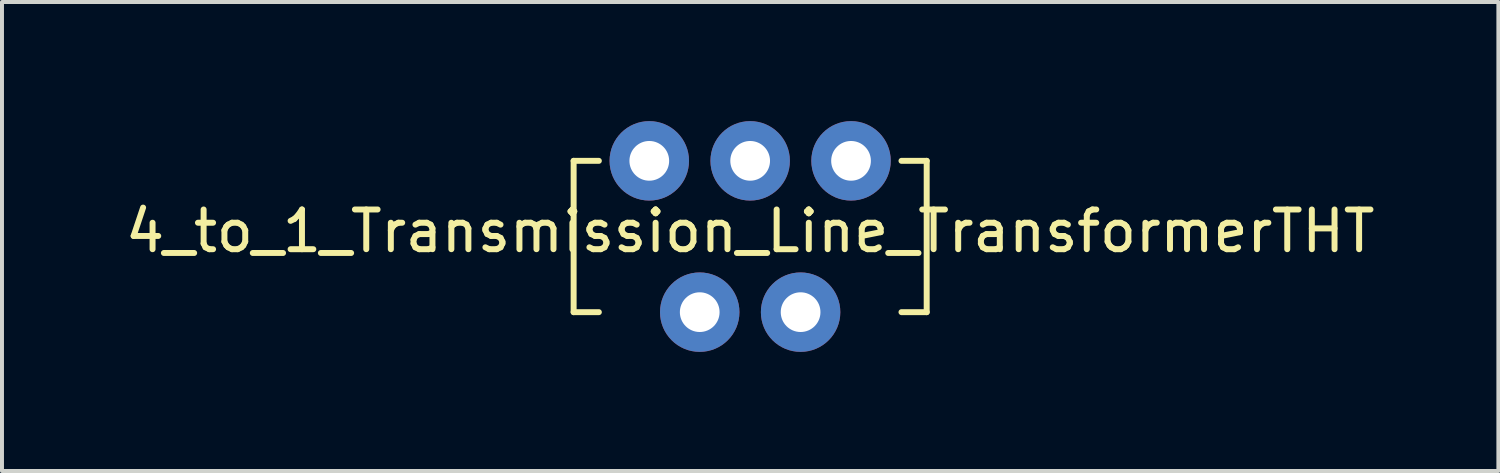
<source format=kicad_pcb>
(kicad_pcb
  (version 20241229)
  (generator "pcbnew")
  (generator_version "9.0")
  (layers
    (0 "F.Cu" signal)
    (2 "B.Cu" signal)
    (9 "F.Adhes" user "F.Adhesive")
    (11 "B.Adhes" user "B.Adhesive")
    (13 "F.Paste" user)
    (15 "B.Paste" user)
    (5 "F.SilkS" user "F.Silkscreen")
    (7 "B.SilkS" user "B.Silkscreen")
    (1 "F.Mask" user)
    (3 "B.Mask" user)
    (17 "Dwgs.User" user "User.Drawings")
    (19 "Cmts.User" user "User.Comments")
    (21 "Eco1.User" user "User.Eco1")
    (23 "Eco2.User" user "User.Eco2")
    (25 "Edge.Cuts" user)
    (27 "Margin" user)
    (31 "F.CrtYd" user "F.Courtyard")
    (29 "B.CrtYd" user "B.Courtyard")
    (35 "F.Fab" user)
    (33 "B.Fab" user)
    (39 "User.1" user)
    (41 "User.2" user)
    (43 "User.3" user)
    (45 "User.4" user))
  (footprint "4_to_1_Transmission_Line_TransformerTHT"
    (layer "F.Cu")
    (at 15.839 2.27)
    (property "Reference" "4_to_1_Transmission_Line_TransformerTHT" (at 0 0.5 0) (layer "F.SilkS") (effects (font (size 1 1) (thickness 0.15))))
    (attr through_hole)
    (fp_line (start -4.445 -1.27) (end -4.445 2.54) (stroke (width 0.15) (type solid)) (layer "F.SilkS"))
    (fp_line (start -4.445 2.54) (end -3.81 2.54) (stroke (width 0.15) (type solid)) (layer "F.SilkS"))
    (fp_line (start -3.81 -1.27) (end -4.445 -1.27) (stroke (width 0.15) (type solid)) (layer "F.SilkS"))
    (fp_line (start 3.81 -1.27) (end 4.445 -1.27) (stroke (width 0.15) (type solid)) (layer "F.SilkS"))
    (fp_line (start 4.445 -1.27) (end 4.445 2.54) (stroke (width 0.15) (type solid)) (layer "F.SilkS"))
    (fp_line (start 4.445 2.54) (end 3.81 2.54) (stroke (width 0.15) (type solid)) (layer "F.SilkS"))
    (pad "1" thru_hole circle (at 1.27 2.54) (size 2 2) (drill 1) (layers "*.Cu" "*.Mask"))
    (pad "2" thru_hole circle (at -1.27 2.54) (size 2 2) (drill 1) (layers "*.Cu" "*.Mask"))
    (pad "3" thru_hole circle (at -2.54 -1.27) (size 2 2) (drill 1) (layers "*.Cu" "*.Mask"))
    (pad "4" thru_hole circle (at 0 -1.27) (size 2 2) (drill 1) (layers "*.Cu" "*.Mask"))
    (pad "5" thru_hole circle (at 2.54 -1.27) (size 2 2) (drill 1) (layers "*.Cu" "*.Mask")))
  (gr_rect
    (start -3 -3)
    (end 34.679 8.81)
    (stroke (width 0.1) (type default))
    (fill no)
    (layer "Edge.Cuts")))
</source>
